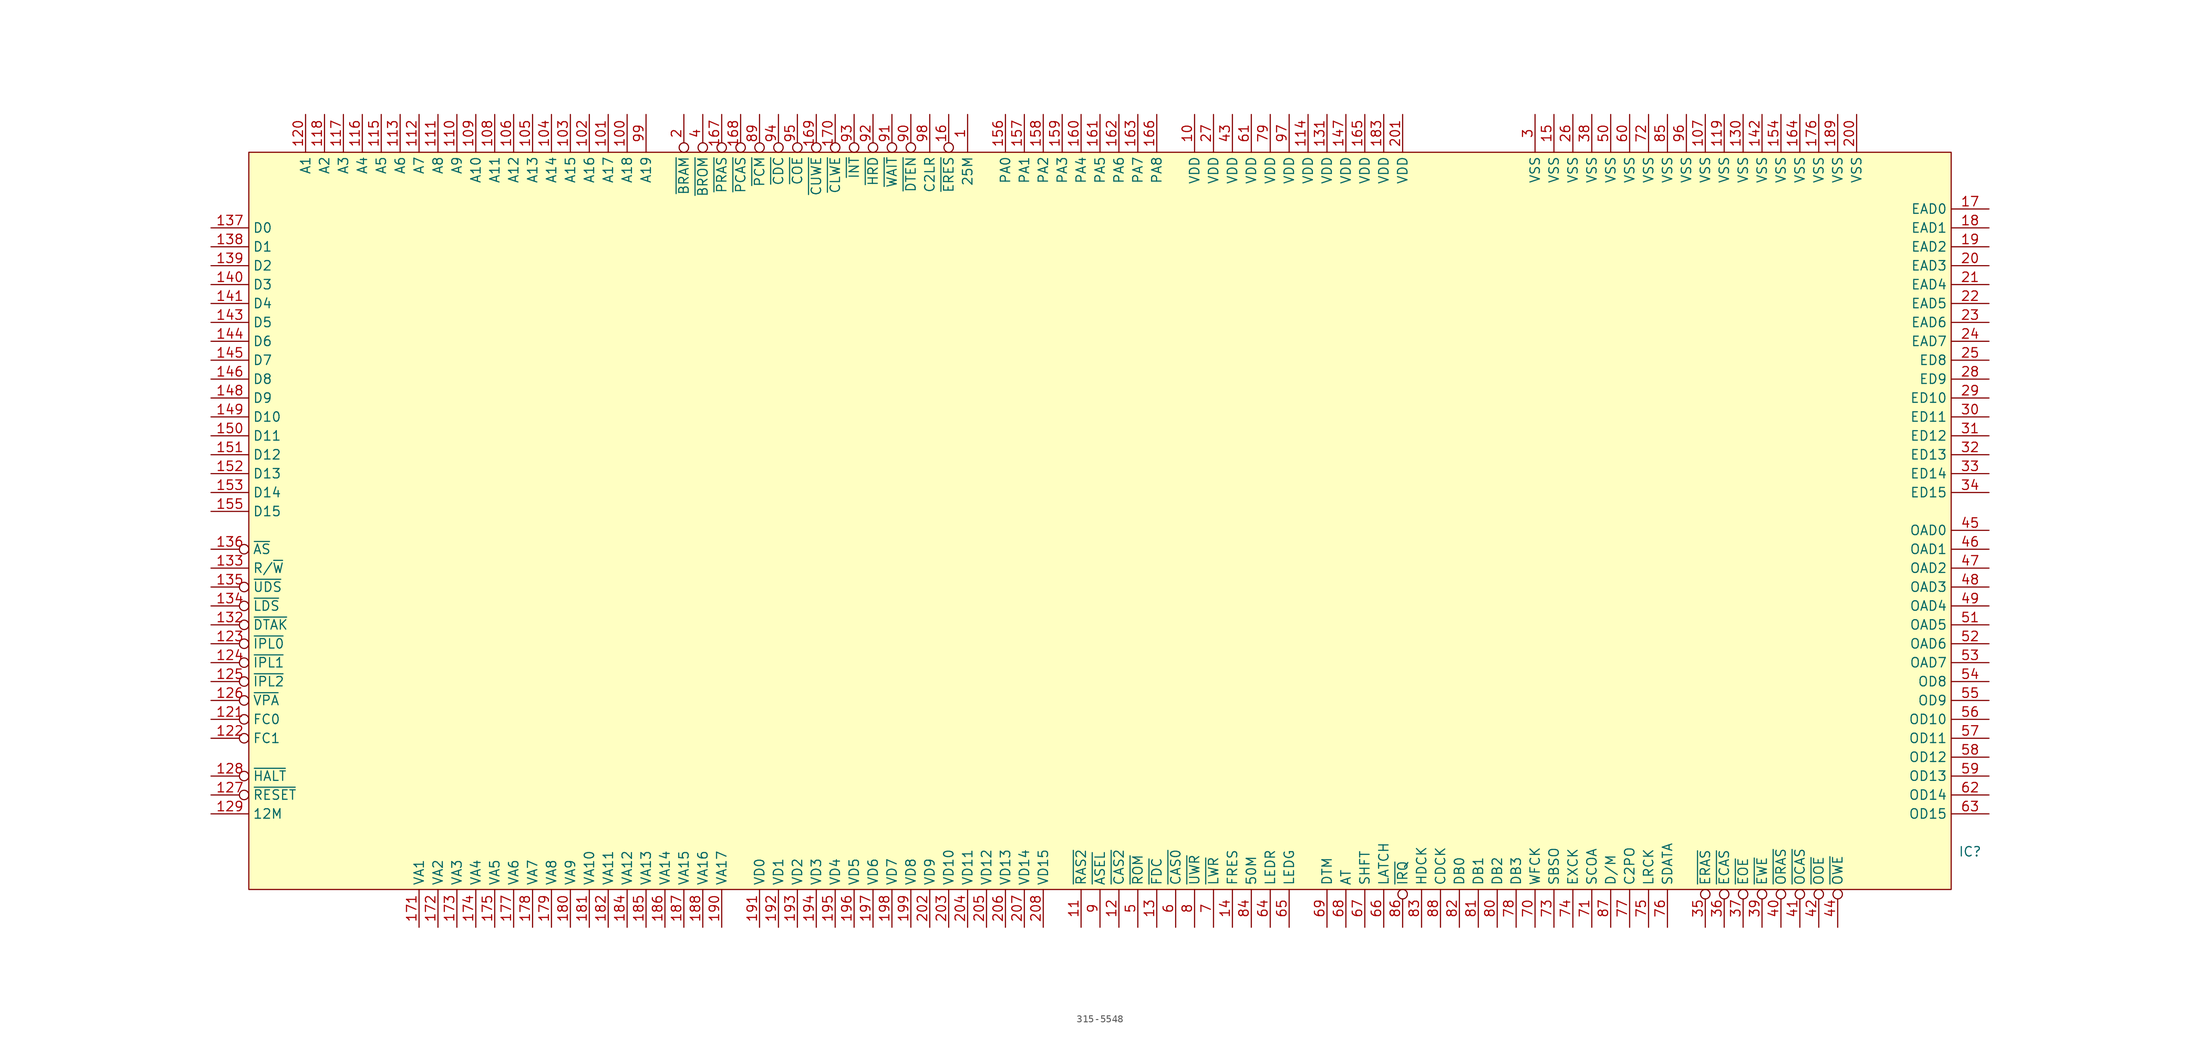
<source format=kicad_sym>
(kicad_symbol_lib
  (version 20220914)
  (generator kicad_symbol_editor)
  (symbol "315-5548"
    (property "Reference" "IC"
      (at 116.84 -31.75 0)
      (effects (font (size 1.27 1.27))))
    (property "Value" ""
      (at 0 0 0)
      (effects (font (size 1.27 1.27))))
    (symbol "315-5548_1_1"
      (rectangle (start -114.3 62.23) (end 114.3 -36.83) (stroke (width 0) (type default)) (fill (type background)))
      (pin output line (at -17.78 67.31 270) (length 5.08) (name "25M" (effects (font (size 1.27 1.27)))) (number "1" (effects (font (size 1.27 1.27)))))
      (pin power_in line (at 12.7 67.31 270) (length 5.08) (name "VDD" (effects (font (size 1.27 1.27)))) (number "10" (effects (font (size 1.27 1.27)))))
      (pin output line (at -63.5 67.31 270) (length 5.08) (name "A18" (effects (font (size 1.27 1.27)))) (number "100" (effects (font (size 1.27 1.27)))))
      (pin output line (at -66.04 67.31 270) (length 5.08) (name "A17" (effects (font (size 1.27 1.27)))) (number "101" (effects (font (size 1.27 1.27)))))
      (pin output line (at -68.58 67.31 270) (length 5.08) (name "A16" (effects (font (size 1.27 1.27)))) (number "102" (effects (font (size 1.27 1.27)))))
      (pin output line (at -71.12 67.31 270) (length 5.08) (name "A15" (effects (font (size 1.27 1.27)))) (number "103" (effects (font (size 1.27 1.27)))))
      (pin output line (at -73.66 67.31 270) (length 5.08) (name "A14" (effects (font (size 1.27 1.27)))) (number "104" (effects (font (size 1.27 1.27)))))
      (pin output line (at -76.2 67.31 270) (length 5.08) (name "A13" (effects (font (size 1.27 1.27)))) (number "105" (effects (font (size 1.27 1.27)))))
      (pin output line (at -78.74 67.31 270) (length 5.08) (name "A12" (effects (font (size 1.27 1.27)))) (number "106" (effects (font (size 1.27 1.27)))))
      (pin power_in line (at 81.28 67.31 270) (length 5.08) (name "VSS" (effects (font (size 1.27 1.27)))) (number "107" (effects (font (size 1.27 1.27)))))
      (pin output line (at -81.28 67.31 270) (length 5.08) (name "A11" (effects (font (size 1.27 1.27)))) (number "108" (effects (font (size 1.27 1.27)))))
      (pin output line (at -83.82 67.31 270) (length 5.08) (name "A10" (effects (font (size 1.27 1.27)))) (number "109" (effects (font (size 1.27 1.27)))))
      (pin output line (at -2.54 -41.91 90) (length 5.08) (name "~{RAS2}" (effects (font (size 1.27 1.27)))) (number "11" (effects (font (size 1.27 1.27)))))
      (pin output line (at -86.36 67.31 270) (length 5.08) (name "A9" (effects (font (size 1.27 1.27)))) (number "110" (effects (font (size 1.27 1.27)))))
      (pin output line (at -88.9 67.31 270) (length 5.08) (name "A8" (effects (font (size 1.27 1.27)))) (number "111" (effects (font (size 1.27 1.27)))))
      (pin output line (at -91.44 67.31 270) (length 5.08) (name "A7" (effects (font (size 1.27 1.27)))) (number "112" (effects (font (size 1.27 1.27)))))
      (pin output line (at -93.98 67.31 270) (length 5.08) (name "A6" (effects (font (size 1.27 1.27)))) (number "113" (effects (font (size 1.27 1.27)))))
      (pin power_in line (at 27.94 67.31 270) (length 5.08) (name "VDD" (effects (font (size 1.27 1.27)))) (number "114" (effects (font (size 1.27 1.27)))))
      (pin output line (at -96.52 67.31 270) (length 5.08) (name "A5" (effects (font (size 1.27 1.27)))) (number "115" (effects (font (size 1.27 1.27)))))
      (pin output line (at -99.06 67.31 270) (length 5.08) (name "A4" (effects (font (size 1.27 1.27)))) (number "116" (effects (font (size 1.27 1.27)))))
      (pin output line (at -101.6 67.31 270) (length 5.08) (name "A3" (effects (font (size 1.27 1.27)))) (number "117" (effects (font (size 1.27 1.27)))))
      (pin output line (at -104.14 67.31 270) (length 5.08) (name "A2" (effects (font (size 1.27 1.27)))) (number "118" (effects (font (size 1.27 1.27)))))
      (pin power_in line (at 83.82 67.31 270) (length 5.08) (name "VSS" (effects (font (size 1.27 1.27)))) (number "119" (effects (font (size 1.27 1.27)))))
      (pin output line (at 2.54 -41.91 90) (length 5.08) (name "~{CAS2}" (effects (font (size 1.27 1.27)))) (number "12" (effects (font (size 1.27 1.27)))))
      (pin output line (at -106.68 67.31 270) (length 5.08) (name "A1" (effects (font (size 1.27 1.27)))) (number "120" (effects (font (size 1.27 1.27)))))
      (pin output inverted (at -119.38 -13.97 0) (length 5.08) (name "FC0" (effects (font (size 1.27 1.27)))) (number "121" (effects (font (size 1.27 1.27)))))
      (pin output inverted (at -119.38 -16.51 0) (length 5.08) (name "FC1" (effects (font (size 1.27 1.27)))) (number "122" (effects (font (size 1.27 1.27)))))
      (pin output inverted (at -119.38 -3.81 0) (length 5.08) (name "~{IPL0}" (effects (font (size 1.27 1.27)))) (number "123" (effects (font (size 1.27 1.27)))))
      (pin output inverted (at -119.38 -6.35 0) (length 5.08) (name "~{IPL1}" (effects (font (size 1.27 1.27)))) (number "124" (effects (font (size 1.27 1.27)))))
      (pin output inverted (at -119.38 -8.89 0) (length 5.08) (name "~{IPL2}" (effects (font (size 1.27 1.27)))) (number "125" (effects (font (size 1.27 1.27)))))
      (pin output inverted (at -119.38 -11.43 0) (length 5.08) (name "~{VPA}" (effects (font (size 1.27 1.27)))) (number "126" (effects (font (size 1.27 1.27)))))
      (pin output inverted (at -119.38 -24.13 0) (length 5.08) (name "~{RESET}" (effects (font (size 1.27 1.27)))) (number "127" (effects (font (size 1.27 1.27)))))
      (pin output inverted (at -119.38 -21.59 0) (length 5.08) (name "~{HALT}" (effects (font (size 1.27 1.27)))) (number "128" (effects (font (size 1.27 1.27)))))
      (pin output line (at -119.38 -26.67 0) (length 5.08) (name "12M" (effects (font (size 1.27 1.27)))) (number "129" (effects (font (size 1.27 1.27)))))
      (pin output line (at 7.62 -41.91 90) (length 5.08) (name "~{FDC}" (effects (font (size 1.27 1.27)))) (number "13" (effects (font (size 1.27 1.27)))))
      (pin power_in line (at 86.36 67.31 270) (length 5.08) (name "VSS" (effects (font (size 1.27 1.27)))) (number "130" (effects (font (size 1.27 1.27)))))
      (pin power_in line (at 30.48 67.31 270) (length 5.08) (name "VDD" (effects (font (size 1.27 1.27)))) (number "131" (effects (font (size 1.27 1.27)))))
      (pin output inverted (at -119.38 -1.27 0) (length 5.08) (name "~{DTAK}" (effects (font (size 1.27 1.27)))) (number "132" (effects (font (size 1.27 1.27)))))
      (pin output line (at -119.38 6.35 0) (length 5.08) (name "R/~{W}" (effects (font (size 1.27 1.27)))) (number "133" (effects (font (size 1.27 1.27)))))
      (pin output inverted (at -119.38 1.27 0) (length 5.08) (name "~{LDS}" (effects (font (size 1.27 1.27)))) (number "134" (effects (font (size 1.27 1.27)))))
      (pin output inverted (at -119.38 3.81 0) (length 5.08) (name "~{UDS}" (effects (font (size 1.27 1.27)))) (number "135" (effects (font (size 1.27 1.27)))))
      (pin output inverted (at -119.38 8.89 0) (length 5.08) (name "~{AS}" (effects (font (size 1.27 1.27)))) (number "136" (effects (font (size 1.27 1.27)))))
      (pin bidirectional line (at -119.38 52.07 0) (length 5.08) (name "D0" (effects (font (size 1.27 1.27)))) (number "137" (effects (font (size 1.27 1.27)))))
      (pin bidirectional line (at -119.38 49.53 0) (length 5.08) (name "D1" (effects (font (size 1.27 1.27)))) (number "138" (effects (font (size 1.27 1.27)))))
      (pin bidirectional line (at -119.38 46.99 0) (length 5.08) (name "D2" (effects (font (size 1.27 1.27)))) (number "139" (effects (font (size 1.27 1.27)))))
      (pin output line (at 17.78 -41.91 90) (length 5.08) (name "FRES" (effects (font (size 1.27 1.27)))) (number "14" (effects (font (size 1.27 1.27)))))
      (pin bidirectional line (at -119.38 44.45 0) (length 5.08) (name "D3" (effects (font (size 1.27 1.27)))) (number "140" (effects (font (size 1.27 1.27)))))
      (pin bidirectional line (at -119.38 41.91 0) (length 5.08) (name "D4" (effects (font (size 1.27 1.27)))) (number "141" (effects (font (size 1.27 1.27)))))
      (pin power_in line (at 88.9 67.31 270) (length 5.08) (name "VSS" (effects (font (size 1.27 1.27)))) (number "142" (effects (font (size 1.27 1.27)))))
      (pin bidirectional line (at -119.38 39.37 0) (length 5.08) (name "D5" (effects (font (size 1.27 1.27)))) (number "143" (effects (font (size 1.27 1.27)))))
      (pin bidirectional line (at -119.38 36.83 0) (length 5.08) (name "D6" (effects (font (size 1.27 1.27)))) (number "144" (effects (font (size 1.27 1.27)))))
      (pin bidirectional line (at -119.38 34.29 0) (length 5.08) (name "D7" (effects (font (size 1.27 1.27)))) (number "145" (effects (font (size 1.27 1.27)))))
      (pin bidirectional line (at -119.38 31.75 0) (length 5.08) (name "D8" (effects (font (size 1.27 1.27)))) (number "146" (effects (font (size 1.27 1.27)))))
      (pin power_in line (at 33.02 67.31 270) (length 5.08) (name "VDD" (effects (font (size 1.27 1.27)))) (number "147" (effects (font (size 1.27 1.27)))))
      (pin bidirectional line (at -119.38 29.21 0) (length 5.08) (name "D9" (effects (font (size 1.27 1.27)))) (number "148" (effects (font (size 1.27 1.27)))))
      (pin bidirectional line (at -119.38 26.67 0) (length 5.08) (name "D10" (effects (font (size 1.27 1.27)))) (number "149" (effects (font (size 1.27 1.27)))))
      (pin power_in line (at 60.96 67.31 270) (length 5.08) (name "VSS" (effects (font (size 1.27 1.27)))) (number "15" (effects (font (size 1.27 1.27)))))
      (pin bidirectional line (at -119.38 24.13 0) (length 5.08) (name "D11" (effects (font (size 1.27 1.27)))) (number "150" (effects (font (size 1.27 1.27)))))
      (pin bidirectional line (at -119.38 21.59 0) (length 5.08) (name "D12" (effects (font (size 1.27 1.27)))) (number "151" (effects (font (size 1.27 1.27)))))
      (pin bidirectional line (at -119.38 19.05 0) (length 5.08) (name "D13" (effects (font (size 1.27 1.27)))) (number "152" (effects (font (size 1.27 1.27)))))
      (pin bidirectional line (at -119.38 16.51 0) (length 5.08) (name "D14" (effects (font (size 1.27 1.27)))) (number "153" (effects (font (size 1.27 1.27)))))
      (pin power_in line (at 91.44 67.31 270) (length 5.08) (name "VSS" (effects (font (size 1.27 1.27)))) (number "154" (effects (font (size 1.27 1.27)))))
      (pin bidirectional line (at -119.38 13.97 0) (length 5.08) (name "D15" (effects (font (size 1.27 1.27)))) (number "155" (effects (font (size 1.27 1.27)))))
      (pin power_in line (at -12.7 67.31 270) (length 5.08) (name "PA0" (effects (font (size 1.27 1.27)))) (number "156" (effects (font (size 1.27 1.27)))))
      (pin power_in line (at -10.16 67.31 270) (length 5.08) (name "PA1" (effects (font (size 1.27 1.27)))) (number "157" (effects (font (size 1.27 1.27)))))
      (pin power_in line (at -7.62 67.31 270) (length 5.08) (name "PA2" (effects (font (size 1.27 1.27)))) (number "158" (effects (font (size 1.27 1.27)))))
      (pin power_in line (at -5.08 67.31 270) (length 5.08) (name "PA3" (effects (font (size 1.27 1.27)))) (number "159" (effects (font (size 1.27 1.27)))))
      (pin output inverted (at -20.32 67.31 270) (length 5.08) (name "~{ERES}" (effects (font (size 1.27 1.27)))) (number "16" (effects (font (size 1.27 1.27)))))
      (pin power_in line (at -2.54 67.31 270) (length 5.08) (name "PA4" (effects (font (size 1.27 1.27)))) (number "160" (effects (font (size 1.27 1.27)))))
      (pin power_in line (at 0 67.31 270) (length 5.08) (name "PA5" (effects (font (size 1.27 1.27)))) (number "161" (effects (font (size 1.27 1.27)))))
      (pin power_in line (at 2.54 67.31 270) (length 5.08) (name "PA6" (effects (font (size 1.27 1.27)))) (number "162" (effects (font (size 1.27 1.27)))))
      (pin power_in line (at 5.08 67.31 270) (length 5.08) (name "PA7" (effects (font (size 1.27 1.27)))) (number "163" (effects (font (size 1.27 1.27)))))
      (pin power_in line (at 93.98 67.31 270) (length 5.08) (name "VSS" (effects (font (size 1.27 1.27)))) (number "164" (effects (font (size 1.27 1.27)))))
      (pin power_in line (at 35.56 67.31 270) (length 5.08) (name "VDD" (effects (font (size 1.27 1.27)))) (number "165" (effects (font (size 1.27 1.27)))))
      (pin power_in line (at 7.62 67.31 270) (length 5.08) (name "PA8" (effects (font (size 1.27 1.27)))) (number "166" (effects (font (size 1.27 1.27)))))
      (pin output inverted (at -50.8 67.31 270) (length 5.08) (name "~{PRAS}" (effects (font (size 1.27 1.27)))) (number "167" (effects (font (size 1.27 1.27)))))
      (pin output inverted (at -48.26 67.31 270) (length 5.08) (name "~{PCAS}" (effects (font (size 1.27 1.27)))) (number "168" (effects (font (size 1.27 1.27)))))
      (pin output inverted (at -38.1 67.31 270) (length 5.08) (name "~{CUWE}" (effects (font (size 1.27 1.27)))) (number "169" (effects (font (size 1.27 1.27)))))
      (pin input line (at 119.38 54.61 180) (length 5.08) (name "EAD0" (effects (font (size 1.27 1.27)))) (number "17" (effects (font (size 1.27 1.27)))))
      (pin output inverted (at -35.56 67.31 270) (length 5.08) (name "~{CLWE}" (effects (font (size 1.27 1.27)))) (number "170" (effects (font (size 1.27 1.27)))))
      (pin output line (at -91.44 -41.91 90) (length 5.08) (name "VA1" (effects (font (size 1.27 1.27)))) (number "171" (effects (font (size 1.27 1.27)))))
      (pin output line (at -88.9 -41.91 90) (length 5.08) (name "VA2" (effects (font (size 1.27 1.27)))) (number "172" (effects (font (size 1.27 1.27)))))
      (pin output line (at -86.36 -41.91 90) (length 5.08) (name "VA3" (effects (font (size 1.27 1.27)))) (number "173" (effects (font (size 1.27 1.27)))))
      (pin output line (at -83.82 -41.91 90) (length 5.08) (name "VA4" (effects (font (size 1.27 1.27)))) (number "174" (effects (font (size 1.27 1.27)))))
      (pin output line (at -81.28 -41.91 90) (length 5.08) (name "VA5" (effects (font (size 1.27 1.27)))) (number "175" (effects (font (size 1.27 1.27)))))
      (pin power_in line (at 96.52 67.31 270) (length 5.08) (name "VSS" (effects (font (size 1.27 1.27)))) (number "176" (effects (font (size 1.27 1.27)))))
      (pin output line (at -78.74 -41.91 90) (length 5.08) (name "VA6" (effects (font (size 1.27 1.27)))) (number "177" (effects (font (size 1.27 1.27)))))
      (pin output line (at -76.2 -41.91 90) (length 5.08) (name "VA7" (effects (font (size 1.27 1.27)))) (number "178" (effects (font (size 1.27 1.27)))))
      (pin output line (at -73.66 -41.91 90) (length 5.08) (name "VA8" (effects (font (size 1.27 1.27)))) (number "179" (effects (font (size 1.27 1.27)))))
      (pin input line (at 119.38 52.07 180) (length 5.08) (name "EAD1" (effects (font (size 1.27 1.27)))) (number "18" (effects (font (size 1.27 1.27)))))
      (pin output line (at -71.12 -41.91 90) (length 5.08) (name "VA9" (effects (font (size 1.27 1.27)))) (number "180" (effects (font (size 1.27 1.27)))))
      (pin output line (at -68.58 -41.91 90) (length 5.08) (name "VA10" (effects (font (size 1.27 1.27)))) (number "181" (effects (font (size 1.27 1.27)))))
      (pin output line (at -66.04 -41.91 90) (length 5.08) (name "VA11" (effects (font (size 1.27 1.27)))) (number "182" (effects (font (size 1.27 1.27)))))
      (pin power_in line (at 38.1 67.31 270) (length 5.08) (name "VDD" (effects (font (size 1.27 1.27)))) (number "183" (effects (font (size 1.27 1.27)))))
      (pin output line (at -63.5 -41.91 90) (length 5.08) (name "VA12" (effects (font (size 1.27 1.27)))) (number "184" (effects (font (size 1.27 1.27)))))
      (pin output line (at -60.96 -41.91 90) (length 5.08) (name "VA13" (effects (font (size 1.27 1.27)))) (number "185" (effects (font (size 1.27 1.27)))))
      (pin output line (at -58.42 -41.91 90) (length 5.08) (name "VA14" (effects (font (size 1.27 1.27)))) (number "186" (effects (font (size 1.27 1.27)))))
      (pin output line (at -55.88 -41.91 90) (length 5.08) (name "VA15" (effects (font (size 1.27 1.27)))) (number "187" (effects (font (size 1.27 1.27)))))
      (pin output line (at -53.34 -41.91 90) (length 5.08) (name "VA16" (effects (font (size 1.27 1.27)))) (number "188" (effects (font (size 1.27 1.27)))))
      (pin power_in line (at 99.06 67.31 270) (length 5.08) (name "VSS" (effects (font (size 1.27 1.27)))) (number "189" (effects (font (size 1.27 1.27)))))
      (pin input line (at 119.38 49.53 180) (length 5.08) (name "EAD2" (effects (font (size 1.27 1.27)))) (number "19" (effects (font (size 1.27 1.27)))))
      (pin output line (at -50.8 -41.91 90) (length 5.08) (name "VA17" (effects (font (size 1.27 1.27)))) (number "190" (effects (font (size 1.27 1.27)))))
      (pin bidirectional line (at -45.72 -41.91 90) (length 5.08) (name "VD0" (effects (font (size 1.27 1.27)))) (number "191" (effects (font (size 1.27 1.27)))))
      (pin bidirectional line (at -43.18 -41.91 90) (length 5.08) (name "VD1" (effects (font (size 1.27 1.27)))) (number "192" (effects (font (size 1.27 1.27)))))
      (pin bidirectional line (at -40.64 -41.91 90) (length 5.08) (name "VD2" (effects (font (size 1.27 1.27)))) (number "193" (effects (font (size 1.27 1.27)))))
      (pin bidirectional line (at -38.1 -41.91 90) (length 5.08) (name "VD3" (effects (font (size 1.27 1.27)))) (number "194" (effects (font (size 1.27 1.27)))))
      (pin bidirectional line (at -35.56 -41.91 90) (length 5.08) (name "VD4" (effects (font (size 1.27 1.27)))) (number "195" (effects (font (size 1.27 1.27)))))
      (pin bidirectional line (at -33.02 -41.91 90) (length 5.08) (name "VD5" (effects (font (size 1.27 1.27)))) (number "196" (effects (font (size 1.27 1.27)))))
      (pin bidirectional line (at -30.48 -41.91 90) (length 5.08) (name "VD6" (effects (font (size 1.27 1.27)))) (number "197" (effects (font (size 1.27 1.27)))))
      (pin bidirectional line (at -27.94 -41.91 90) (length 5.08) (name "VD7" (effects (font (size 1.27 1.27)))) (number "198" (effects (font (size 1.27 1.27)))))
      (pin bidirectional line (at -25.4 -41.91 90) (length 5.08) (name "VD8" (effects (font (size 1.27 1.27)))) (number "199" (effects (font (size 1.27 1.27)))))
      (pin output inverted (at -55.88 67.31 270) (length 5.08) (name "~{BRAM}" (effects (font (size 1.27 1.27)))) (number "2" (effects (font (size 1.27 1.27)))))
      (pin input line (at 119.38 46.99 180) (length 5.08) (name "EAD3" (effects (font (size 1.27 1.27)))) (number "20" (effects (font (size 1.27 1.27)))))
      (pin power_in line (at 101.6 67.31 270) (length 5.08) (name "VSS" (effects (font (size 1.27 1.27)))) (number "200" (effects (font (size 1.27 1.27)))))
      (pin power_in line (at 40.64 67.31 270) (length 5.08) (name "VDD" (effects (font (size 1.27 1.27)))) (number "201" (effects (font (size 1.27 1.27)))))
      (pin bidirectional line (at -22.86 -41.91 90) (length 5.08) (name "VD9" (effects (font (size 1.27 1.27)))) (number "202" (effects (font (size 1.27 1.27)))))
      (pin bidirectional line (at -20.32 -41.91 90) (length 5.08) (name "VD10" (effects (font (size 1.27 1.27)))) (number "203" (effects (font (size 1.27 1.27)))))
      (pin bidirectional line (at -17.78 -41.91 90) (length 5.08) (name "VD11" (effects (font (size 1.27 1.27)))) (number "204" (effects (font (size 1.27 1.27)))))
      (pin bidirectional line (at -15.24 -41.91 90) (length 5.08) (name "VD12" (effects (font (size 1.27 1.27)))) (number "205" (effects (font (size 1.27 1.27)))))
      (pin bidirectional line (at -12.7 -41.91 90) (length 5.08) (name "VD13" (effects (font (size 1.27 1.27)))) (number "206" (effects (font (size 1.27 1.27)))))
      (pin bidirectional line (at -10.16 -41.91 90) (length 5.08) (name "VD14" (effects (font (size 1.27 1.27)))) (number "207" (effects (font (size 1.27 1.27)))))
      (pin bidirectional line (at -7.62 -41.91 90) (length 5.08) (name "VD15" (effects (font (size 1.27 1.27)))) (number "208" (effects (font (size 1.27 1.27)))))
      (pin input line (at 119.38 44.45 180) (length 5.08) (name "EAD4" (effects (font (size 1.27 1.27)))) (number "21" (effects (font (size 1.27 1.27)))))
      (pin input line (at 119.38 41.91 180) (length 5.08) (name "EAD5" (effects (font (size 1.27 1.27)))) (number "22" (effects (font (size 1.27 1.27)))))
      (pin input line (at 119.38 39.37 180) (length 5.08) (name "EAD6" (effects (font (size 1.27 1.27)))) (number "23" (effects (font (size 1.27 1.27)))))
      (pin input line (at 119.38 36.83 180) (length 5.08) (name "EAD7" (effects (font (size 1.27 1.27)))) (number "24" (effects (font (size 1.27 1.27)))))
      (pin input line (at 119.38 34.29 180) (length 5.08) (name "ED8" (effects (font (size 1.27 1.27)))) (number "25" (effects (font (size 1.27 1.27)))))
      (pin power_in line (at 63.5 67.31 270) (length 5.08) (name "VSS" (effects (font (size 1.27 1.27)))) (number "26" (effects (font (size 1.27 1.27)))))
      (pin power_in line (at 15.24 67.31 270) (length 5.08) (name "VDD" (effects (font (size 1.27 1.27)))) (number "27" (effects (font (size 1.27 1.27)))))
      (pin input line (at 119.38 31.75 180) (length 5.08) (name "ED9" (effects (font (size 1.27 1.27)))) (number "28" (effects (font (size 1.27 1.27)))))
      (pin input line (at 119.38 29.21 180) (length 5.08) (name "ED10" (effects (font (size 1.27 1.27)))) (number "29" (effects (font (size 1.27 1.27)))))
      (pin power_in line (at 58.42 67.31 270) (length 5.08) (name "VSS" (effects (font (size 1.27 1.27)))) (number "3" (effects (font (size 1.27 1.27)))))
      (pin input line (at 119.38 26.67 180) (length 5.08) (name "ED11" (effects (font (size 1.27 1.27)))) (number "30" (effects (font (size 1.27 1.27)))))
      (pin input line (at 119.38 24.13 180) (length 5.08) (name "ED12" (effects (font (size 1.27 1.27)))) (number "31" (effects (font (size 1.27 1.27)))))
      (pin input line (at 119.38 21.59 180) (length 5.08) (name "ED13" (effects (font (size 1.27 1.27)))) (number "32" (effects (font (size 1.27 1.27)))))
      (pin input line (at 119.38 19.05 180) (length 5.08) (name "ED14" (effects (font (size 1.27 1.27)))) (number "33" (effects (font (size 1.27 1.27)))))
      (pin input line (at 119.38 16.51 180) (length 5.08) (name "ED15" (effects (font (size 1.27 1.27)))) (number "34" (effects (font (size 1.27 1.27)))))
      (pin input inverted (at 81.28 -41.91 90) (length 5.08) (name "~{ERAS}" (effects (font (size 1.27 1.27)))) (number "35" (effects (font (size 1.27 1.27)))))
      (pin input inverted (at 83.82 -41.91 90) (length 5.08) (name "~{ECAS}" (effects (font (size 1.27 1.27)))) (number "36" (effects (font (size 1.27 1.27)))))
      (pin input inverted (at 86.36 -41.91 90) (length 5.08) (name "~{EOE}" (effects (font (size 1.27 1.27)))) (number "37" (effects (font (size 1.27 1.27)))))
      (pin power_in line (at 66.04 67.31 270) (length 5.08) (name "VSS" (effects (font (size 1.27 1.27)))) (number "38" (effects (font (size 1.27 1.27)))))
      (pin input inverted (at 88.9 -41.91 90) (length 5.08) (name "~{EWE}" (effects (font (size 1.27 1.27)))) (number "39" (effects (font (size 1.27 1.27)))))
      (pin output inverted (at -53.34 67.31 270) (length 5.08) (name "~{BROM}" (effects (font (size 1.27 1.27)))) (number "4" (effects (font (size 1.27 1.27)))))
      (pin input inverted (at 91.44 -41.91 90) (length 5.08) (name "~{ORAS}" (effects (font (size 1.27 1.27)))) (number "40" (effects (font (size 1.27 1.27)))))
      (pin input inverted (at 93.98 -41.91 90) (length 5.08) (name "~{OCAS}" (effects (font (size 1.27 1.27)))) (number "41" (effects (font (size 1.27 1.27)))))
      (pin input inverted (at 96.52 -41.91 90) (length 5.08) (name "~{OOE}" (effects (font (size 1.27 1.27)))) (number "42" (effects (font (size 1.27 1.27)))))
      (pin power_in line (at 17.78 67.31 270) (length 5.08) (name "VDD" (effects (font (size 1.27 1.27)))) (number "43" (effects (font (size 1.27 1.27)))))
      (pin input inverted (at 99.06 -41.91 90) (length 5.08) (name "~{OWE}" (effects (font (size 1.27 1.27)))) (number "44" (effects (font (size 1.27 1.27)))))
      (pin input line (at 119.38 11.43 180) (length 5.08) (name "OAD0" (effects (font (size 1.27 1.27)))) (number "45" (effects (font (size 1.27 1.27)))))
      (pin input line (at 119.38 8.89 180) (length 5.08) (name "OAD1" (effects (font (size 1.27 1.27)))) (number "46" (effects (font (size 1.27 1.27)))))
      (pin input line (at 119.38 6.35 180) (length 5.08) (name "OAD2" (effects (font (size 1.27 1.27)))) (number "47" (effects (font (size 1.27 1.27)))))
      (pin input line (at 119.38 3.81 180) (length 5.08) (name "OAD3" (effects (font (size 1.27 1.27)))) (number "48" (effects (font (size 1.27 1.27)))))
      (pin input line (at 119.38 1.27 180) (length 5.08) (name "OAD4" (effects (font (size 1.27 1.27)))) (number "49" (effects (font (size 1.27 1.27)))))
      (pin output line (at 5.08 -41.91 90) (length 5.08) (name "~{ROM}" (effects (font (size 1.27 1.27)))) (number "5" (effects (font (size 1.27 1.27)))))
      (pin power_in line (at 68.58 67.31 270) (length 5.08) (name "VSS" (effects (font (size 1.27 1.27)))) (number "50" (effects (font (size 1.27 1.27)))))
      (pin input line (at 119.38 -1.27 180) (length 5.08) (name "OAD5" (effects (font (size 1.27 1.27)))) (number "51" (effects (font (size 1.27 1.27)))))
      (pin input line (at 119.38 -3.81 180) (length 5.08) (name "OAD6" (effects (font (size 1.27 1.27)))) (number "52" (effects (font (size 1.27 1.27)))))
      (pin input line (at 119.38 -6.35 180) (length 5.08) (name "OAD7" (effects (font (size 1.27 1.27)))) (number "53" (effects (font (size 1.27 1.27)))))
      (pin input line (at 119.38 -8.89 180) (length 5.08) (name "OD8" (effects (font (size 1.27 1.27)))) (number "54" (effects (font (size 1.27 1.27)))))
      (pin input line (at 119.38 -11.43 180) (length 5.08) (name "OD9" (effects (font (size 1.27 1.27)))) (number "55" (effects (font (size 1.27 1.27)))))
      (pin input line (at 119.38 -13.97 180) (length 5.08) (name "OD10" (effects (font (size 1.27 1.27)))) (number "56" (effects (font (size 1.27 1.27)))))
      (pin input line (at 119.38 -16.51 180) (length 5.08) (name "OD11" (effects (font (size 1.27 1.27)))) (number "57" (effects (font (size 1.27 1.27)))))
      (pin input line (at 119.38 -19.05 180) (length 5.08) (name "OD12" (effects (font (size 1.27 1.27)))) (number "58" (effects (font (size 1.27 1.27)))))
      (pin input line (at 119.38 -21.59 180) (length 5.08) (name "OD13" (effects (font (size 1.27 1.27)))) (number "59" (effects (font (size 1.27 1.27)))))
      (pin output line (at 10.16 -41.91 90) (length 5.08) (name "~{CAS0}" (effects (font (size 1.27 1.27)))) (number "6" (effects (font (size 1.27 1.27)))))
      (pin power_in line (at 71.12 67.31 270) (length 5.08) (name "VSS" (effects (font (size 1.27 1.27)))) (number "60" (effects (font (size 1.27 1.27)))))
      (pin power_in line (at 20.32 67.31 270) (length 5.08) (name "VDD" (effects (font (size 1.27 1.27)))) (number "61" (effects (font (size 1.27 1.27)))))
      (pin input line (at 119.38 -24.13 180) (length 5.08) (name "OD14" (effects (font (size 1.27 1.27)))) (number "62" (effects (font (size 1.27 1.27)))))
      (pin input line (at 119.38 -26.67 180) (length 5.08) (name "OD15" (effects (font (size 1.27 1.27)))) (number "63" (effects (font (size 1.27 1.27)))))
      (pin output line (at 22.86 -41.91 90) (length 5.08) (name "LEDR" (effects (font (size 1.27 1.27)))) (number "64" (effects (font (size 1.27 1.27)))))
      (pin output line (at 25.4 -41.91 90) (length 5.08) (name "LEDG" (effects (font (size 1.27 1.27)))) (number "65" (effects (font (size 1.27 1.27)))))
      (pin output line (at 38.1 -41.91 90) (length 5.08) (name "LATCH" (effects (font (size 1.27 1.27)))) (number "66" (effects (font (size 1.27 1.27)))))
      (pin output line (at 35.56 -41.91 90) (length 5.08) (name "SHFT" (effects (font (size 1.27 1.27)))) (number "67" (effects (font (size 1.27 1.27)))))
      (pin output line (at 33.02 -41.91 90) (length 5.08) (name "AT" (effects (font (size 1.27 1.27)))) (number "68" (effects (font (size 1.27 1.27)))))
      (pin output line (at 30.48 -41.91 90) (length 5.08) (name "DTM" (effects (font (size 1.27 1.27)))) (number "69" (effects (font (size 1.27 1.27)))))
      (pin output line (at 15.24 -41.91 90) (length 5.08) (name "~{LWR}" (effects (font (size 1.27 1.27)))) (number "7" (effects (font (size 1.27 1.27)))))
      (pin input line (at 58.42 -41.91 90) (length 5.08) (name "WFCK" (effects (font (size 1.27 1.27)))) (number "70" (effects (font (size 1.27 1.27)))))
      (pin input line (at 66.04 -41.91 90) (length 5.08) (name "SCOA" (effects (font (size 1.27 1.27)))) (number "71" (effects (font (size 1.27 1.27)))))
      (pin power_in line (at 73.66 67.31 270) (length 5.08) (name "VSS" (effects (font (size 1.27 1.27)))) (number "72" (effects (font (size 1.27 1.27)))))
      (pin input line (at 60.96 -41.91 90) (length 5.08) (name "SBSO" (effects (font (size 1.27 1.27)))) (number "73" (effects (font (size 1.27 1.27)))))
      (pin input line (at 63.5 -41.91 90) (length 5.08) (name "EXCK" (effects (font (size 1.27 1.27)))) (number "74" (effects (font (size 1.27 1.27)))))
      (pin input line (at 73.66 -41.91 90) (length 5.08) (name "LRCK" (effects (font (size 1.27 1.27)))) (number "75" (effects (font (size 1.27 1.27)))))
      (pin input line (at 76.2 -41.91 90) (length 5.08) (name "SDATA" (effects (font (size 1.27 1.27)))) (number "76" (effects (font (size 1.27 1.27)))))
      (pin input line (at 71.12 -41.91 90) (length 5.08) (name "C2PO" (effects (font (size 1.27 1.27)))) (number "77" (effects (font (size 1.27 1.27)))))
      (pin input line (at 55.88 -41.91 90) (length 5.08) (name "DB3" (effects (font (size 1.27 1.27)))) (number "78" (effects (font (size 1.27 1.27)))))
      (pin power_in line (at 22.86 67.31 270) (length 5.08) (name "VDD" (effects (font (size 1.27 1.27)))) (number "79" (effects (font (size 1.27 1.27)))))
      (pin output line (at 12.7 -41.91 90) (length 5.08) (name "~{UWR}" (effects (font (size 1.27 1.27)))) (number "8" (effects (font (size 1.27 1.27)))))
      (pin input line (at 53.34 -41.91 90) (length 5.08) (name "DB2" (effects (font (size 1.27 1.27)))) (number "80" (effects (font (size 1.27 1.27)))))
      (pin input line (at 50.8 -41.91 90) (length 5.08) (name "DB1" (effects (font (size 1.27 1.27)))) (number "81" (effects (font (size 1.27 1.27)))))
      (pin input line (at 48.26 -41.91 90) (length 5.08) (name "DB0" (effects (font (size 1.27 1.27)))) (number "82" (effects (font (size 1.27 1.27)))))
      (pin input line (at 43.18 -41.91 90) (length 5.08) (name "HDCK" (effects (font (size 1.27 1.27)))) (number "83" (effects (font (size 1.27 1.27)))))
      (pin output line (at 20.32 -41.91 90) (length 5.08) (name "50M" (effects (font (size 1.27 1.27)))) (number "84" (effects (font (size 1.27 1.27)))))
      (pin power_in line (at 76.2 67.31 270) (length 5.08) (name "VSS" (effects (font (size 1.27 1.27)))) (number "85" (effects (font (size 1.27 1.27)))))
      (pin input inverted (at 40.64 -41.91 90) (length 5.08) (name "~{IRQ}" (effects (font (size 1.27 1.27)))) (number "86" (effects (font (size 1.27 1.27)))))
      (pin input line (at 68.58 -41.91 90) (length 5.08) (name "D/M" (effects (font (size 1.27 1.27)))) (number "87" (effects (font (size 1.27 1.27)))))
      (pin input line (at 45.72 -41.91 90) (length 5.08) (name "CDCK" (effects (font (size 1.27 1.27)))) (number "88" (effects (font (size 1.27 1.27)))))
      (pin output inverted (at -45.72 67.31 270) (length 5.08) (name "~{PCM}" (effects (font (size 1.27 1.27)))) (number "89" (effects (font (size 1.27 1.27)))))
      (pin output line (at 0 -41.91 90) (length 5.08) (name "~{ASEL}" (effects (font (size 1.27 1.27)))) (number "9" (effects (font (size 1.27 1.27)))))
      (pin output inverted (at -25.4 67.31 270) (length 5.08) (name "~{DTEN}" (effects (font (size 1.27 1.27)))) (number "90" (effects (font (size 1.27 1.27)))))
      (pin output inverted (at -27.94 67.31 270) (length 5.08) (name "~{WAIT}" (effects (font (size 1.27 1.27)))) (number "91" (effects (font (size 1.27 1.27)))))
      (pin output inverted (at -30.48 67.31 270) (length 5.08) (name "~{HRD}" (effects (font (size 1.27 1.27)))) (number "92" (effects (font (size 1.27 1.27)))))
      (pin output inverted (at -33.02 67.31 270) (length 5.08) (name "~{INT}" (effects (font (size 1.27 1.27)))) (number "93" (effects (font (size 1.27 1.27)))))
      (pin output inverted (at -43.18 67.31 270) (length 5.08) (name "~{CDC}" (effects (font (size 1.27 1.27)))) (number "94" (effects (font (size 1.27 1.27)))))
      (pin output inverted (at -40.64 67.31 270) (length 5.08) (name "~{COE}" (effects (font (size 1.27 1.27)))) (number "95" (effects (font (size 1.27 1.27)))))
      (pin power_in line (at 78.74 67.31 270) (length 5.08) (name "VSS" (effects (font (size 1.27 1.27)))) (number "96" (effects (font (size 1.27 1.27)))))
      (pin power_in line (at 25.4 67.31 270) (length 5.08) (name "VDD" (effects (font (size 1.27 1.27)))) (number "97" (effects (font (size 1.27 1.27)))))
      (pin output line (at -22.86 67.31 270) (length 5.08) (name "C2LR" (effects (font (size 1.27 1.27)))) (number "98" (effects (font (size 1.27 1.27)))))
      (pin output line (at -60.96 67.31 270) (length 5.08) (name "A19" (effects (font (size 1.27 1.27)))) (number "99" (effects (font (size 1.27 1.27))))))))
</source>
